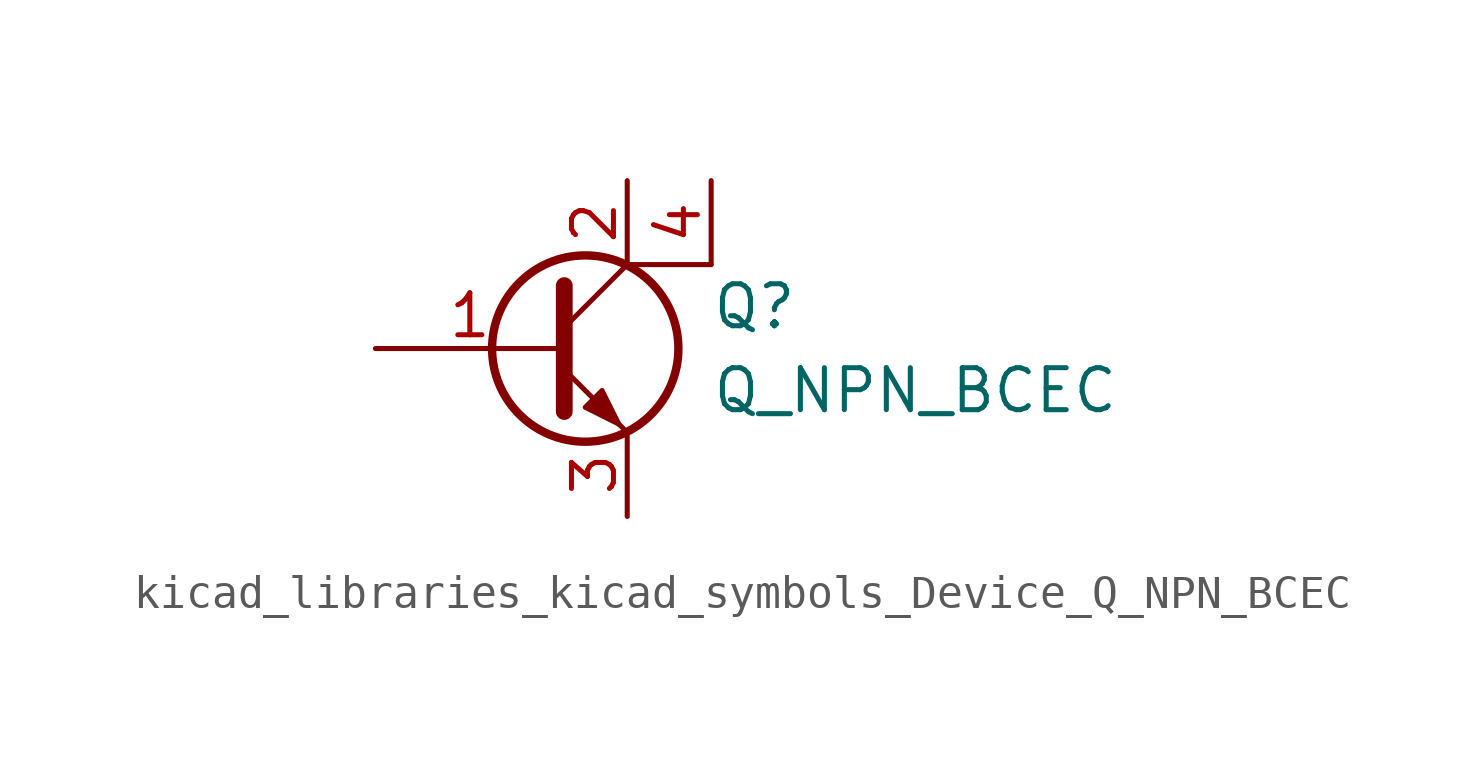
<source format=kicad_sym>
(kicad_symbol_lib
  (version 20220914)
  (generator kicad_symbol_editor)
  (symbol "kicad_libraries_kicad_symbols_Device_Q_NPN_BCEC"
    (pin_names
      (offset 0) hide)
    (property "Reference" "Q"
      (at 5.08 1.27 0)
      (effects (font (size 1.27 1.27)) (justify left)))
    (property "Value" "Q_NPN_BCEC"
      (at 5.08 -1.27 0)
      (effects (font (size 1.27 1.27)) (justify left)))
    (symbol "kicad_libraries_kicad_symbols_Device_Q_NPN_BCEC_0_1"
      (polyline (pts (xy 0.635 0.635) (xy 2.54 2.54)) (stroke (width 0) (type default)) (fill (type none)))
      (polyline (pts (xy 2.54 2.54) (xy 5.08 2.54)) (stroke (width 0) (type default)) (fill (type none)))
      (polyline (pts (xy 0.635 -0.635) (xy 2.54 -2.54) (xy 2.54 -2.54)) (stroke (width 0) (type default)) (fill (type none)))
      (polyline (pts (xy 0.635 1.905) (xy 0.635 -1.905) (xy 0.635 -1.905)) (stroke (width 0.508) (type default)) (fill (type none)))
      (polyline (pts (xy 1.27 -1.778) (xy 1.778 -1.27) (xy 2.286 -2.286) (xy 1.27 -1.778) (xy 1.27 -1.778)) (stroke (width 0) (type default)) (fill (type outline)))
      (circle (center 1.27 0) (radius 2.819) (stroke (width 0.254) (type default)) (fill (type none))))
    (symbol "kicad_libraries_kicad_symbols_Device_Q_NPN_BCEC_1_1"
      (pin input line (at -5.08 0 0) (length 5.715) (name "B" (effects (font (size 1.27 1.27)))) (number "1" (effects (font (size 1.27 1.27)))))
      (pin passive line (at 2.54 5.08 270) (length 2.54) (name "C" (effects (font (size 1.27 1.27)))) (number "2" (effects (font (size 1.27 1.27)))))
      (pin passive line (at 2.54 -5.08 90) (length 2.54) (name "E" (effects (font (size 1.27 1.27)))) (number "3" (effects (font (size 1.27 1.27)))))
      (pin passive line (at 5.08 5.08 270) (length 2.54) (name "C" (effects (font (size 1.27 1.27)))) (number "4" (effects (font (size 1.27 1.27))))))))
</source>
